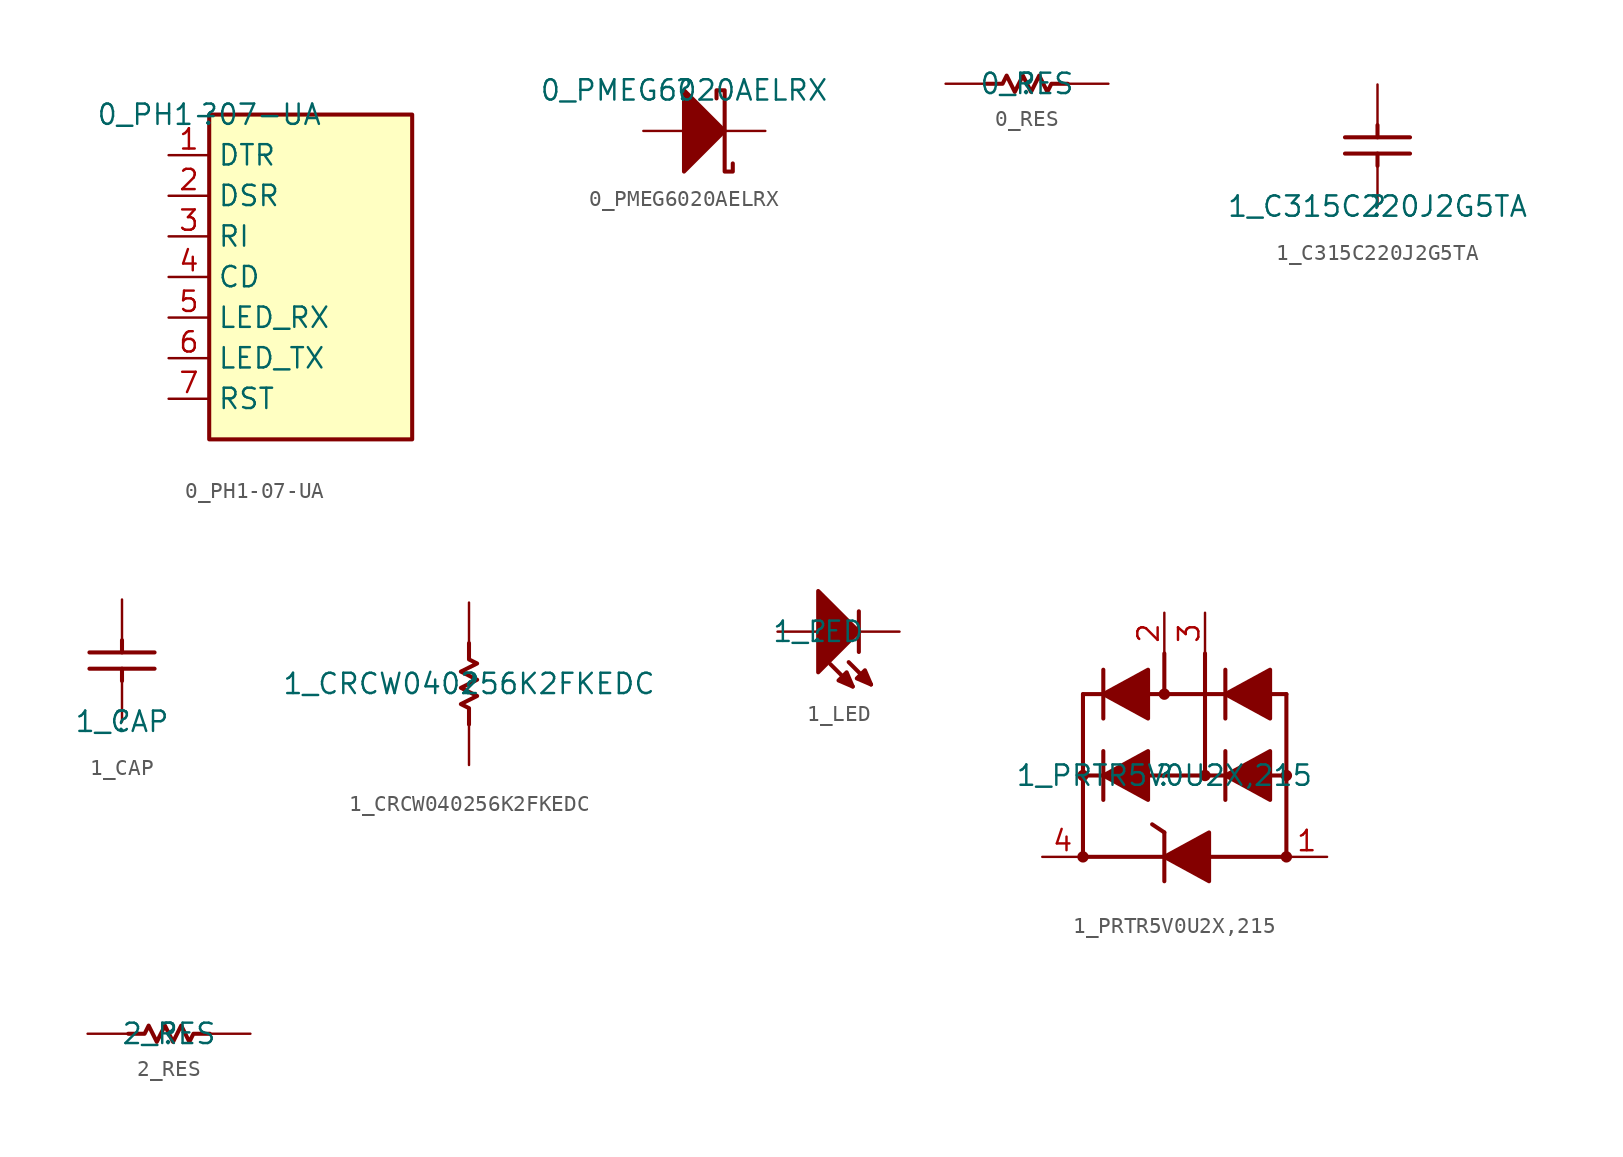
<source format=kicad_sym>
(kicad_symbol_lib
  (version 20211014)
  (generator kicad_symbol_editor)
  (symbol "0_PH1-07-UA"
    (property "Reference" ""
      (at 0 0 0)
      (effects (font (size 1.27 1.27))))
    (property "Value" "0_PH1-07-UA"
      (at 0 0 0)
      (effects (font (size 1.27 1.27))))
    (symbol "0_PH1-07-UA_1_0"
      (rectangle (start 12.7 0) (end 0 -20.32) (stroke (width 0.254) (type default) (color 0 0 0 0)) (fill (type background)))
      (pin passive line (at -2.54 -2.54 0) (length 2.54) (name "DTR" (effects (font (size 1.27 1.27)))) (number "1" (effects (font (size 1.27 1.27)))))
      (pin passive line (at -2.54 -5.08 0) (length 2.54) (name "DSR" (effects (font (size 1.27 1.27)))) (number "2" (effects (font (size 1.27 1.27)))))
      (pin passive line (at -2.54 -7.62 0) (length 2.54) (name "RI" (effects (font (size 1.27 1.27)))) (number "3" (effects (font (size 1.27 1.27)))))
      (pin passive line (at -2.54 -10.16 0) (length 2.54) (name "CD" (effects (font (size 1.27 1.27)))) (number "4" (effects (font (size 1.27 1.27)))))
      (pin passive line (at -2.54 -12.7 0) (length 2.54) (name "LED_RX" (effects (font (size 1.27 1.27)))) (number "5" (effects (font (size 1.27 1.27)))))
      (pin passive line (at -2.54 -15.24 0) (length 2.54) (name "LED_TX" (effects (font (size 1.27 1.27)))) (number "6" (effects (font (size 1.27 1.27)))))
      (pin passive line (at -2.54 -17.78 0) (length 2.54) (name "RST" (effects (font (size 1.27 1.27)))) (number "7" (effects (font (size 1.27 1.27)))))))
  (symbol "0_PMEG6020AELRX"
    (property "Reference" ""
      (at 0 0 0)
      (effects (font (size 1.27 1.27))))
    (property "Value" "0_PMEG6020AELRX"
      (at 0 0 0)
      (effects (font (size 1.27 1.27))))
    (symbol "0_PMEG6020AELRX_1_0"
      (polyline (pts (xy 0 -5.08) (xy 2.54 -2.54) (xy 0 0) (xy 0 -5.08)) (stroke (width 0.254) (type default) (color 0 0 0 0)) (fill (type outline)))
      (polyline (pts (xy 3.048 -4.572) (xy 3.048 -5.08) (xy 2.54 -5.08) (xy 2.54 0) (xy 2.032 0) (xy 2.032 -0.508)) (stroke (width 0.254) (type default) (color 0 0 0 0)) (fill (type none)))
      (pin passive line (at -2.54 -2.54 0) (length 2.54) (name "A" (effects (font (size 0 0)))) (number "A" (effects (font (size 0 0)))))
      (pin passive line (at 5.08 -2.54 180) (length 2.54) (name "C" (effects (font (size 0 0)))) (number "C" (effects (font (size 0 0)))))))
  (symbol "0_RES"
    (property "Reference" ""
      (at 0 0 0)
      (effects (font (size 1.27 1.27))))
    (property "Value" "0_RES"
      (at 0 0 0)
      (effects (font (size 1.27 1.27))))
    (symbol "0_RES_1_0"
      (polyline (pts (xy 2.54 0) (xy 1.524 0) (xy 1.27 -0.508) (xy 0.762 0.508) (xy 0.254 -0.508) (xy -0.254 0.508) (xy -0.762 -0.508) (xy -1.27 0.508) (xy -1.524 0) (xy -2.54 0)) (stroke (width 0.254) (type default) (color 0 0 0 0)) (fill (type none)))
      (pin passive line (at -5.08 0 0) (length 2.54) (name "1" (effects (font (size 0 0)))) (number "1" (effects (font (size 0 0)))))
      (pin passive line (at 5.08 0 180) (length 2.54) (name "2" (effects (font (size 0 0)))) (number "2" (effects (font (size 0 0)))))))
  (symbol "1_C315C220J2G5TA"
    (property "Reference" ""
      (at 0 0 0)
      (effects (font (size 1.27 1.27))))
    (property "Value" "1_C315C220J2G5TA"
      (at 0 0 0)
      (effects (font (size 1.27 1.27))))
    (symbol "1_C315C220J2G5TA_1_0"
      (polyline (pts (xy -2.032 4.318) (xy 2.032 4.318)) (stroke (width 0.254) (type default) (color 0 0 0 0)) (fill (type none)))
      (polyline (pts (xy 0 2.54) (xy 0 3.302)) (stroke (width 0.254) (type default) (color 0 0 0 0)) (fill (type none)))
      (polyline (pts (xy 0 5.08) (xy 0 4.318)) (stroke (width 0.254) (type default) (color 0 0 0 0)) (fill (type none)))
      (polyline (pts (xy 2.032 3.302) (xy -2.032 3.302)) (stroke (width 0.254) (type default) (color 0 0 0 0)) (fill (type none)))
      (pin passive line (at 0 0 90) (length 2.54) (name "1" (effects (font (size 0 0)))) (number "1" (effects (font (size 0 0)))))
      (pin passive line (at 0 7.62 270) (length 2.54) (name "2" (effects (font (size 0 0)))) (number "2" (effects (font (size 0 0)))))))
  (symbol "1_CAP"
    (property "Reference" ""
      (at 0 0 0)
      (effects (font (size 1.27 1.27))))
    (property "Value" "1_CAP"
      (at 0 0 0)
      (effects (font (size 1.27 1.27))))
    (symbol "1_CAP_1_0"
      (polyline (pts (xy -2.032 4.318) (xy 2.032 4.318)) (stroke (width 0.254) (type default) (color 0 0 0 0)) (fill (type none)))
      (polyline (pts (xy 0 2.54) (xy 0 3.302)) (stroke (width 0.254) (type default) (color 0 0 0 0)) (fill (type none)))
      (polyline (pts (xy 0 5.08) (xy 0 4.318)) (stroke (width 0.254) (type default) (color 0 0 0 0)) (fill (type none)))
      (polyline (pts (xy 2.032 3.302) (xy -2.032 3.302)) (stroke (width 0.254) (type default) (color 0 0 0 0)) (fill (type none)))
      (pin passive line (at 0 0 90) (length 2.54) (name "1" (effects (font (size 0 0)))) (number "1" (effects (font (size 0 0)))))
      (pin passive line (at 0 7.62 270) (length 2.54) (name "2" (effects (font (size 0 0)))) (number "2" (effects (font (size 0 0)))))))
  (symbol "1_CRCW040256K2FKEDC"
    (property "Reference" ""
      (at 0 0 0)
      (effects (font (size 1.27 1.27))))
    (property "Value" "1_CRCW040256K2FKEDC"
      (at 0 0 0)
      (effects (font (size 1.27 1.27))))
    (symbol "1_CRCW040256K2FKEDC_1_0"
      (polyline (pts (xy 0 2.54) (xy 0 1.524) (xy 0.508 1.27) (xy -0.508 0.762) (xy 0.508 0.254) (xy -0.508 -0.254) (xy 0.508 -0.762) (xy -0.508 -1.27) (xy 0 -1.524) (xy 0 -2.54)) (stroke (width 0.254) (type default) (color 0 0 0 0)) (fill (type none)))
      (pin passive line (at 0 -5.08 90) (length 2.54) (name "1" (effects (font (size 0 0)))) (number "1" (effects (font (size 0 0)))))
      (pin passive line (at 0 5.08 270) (length 2.54) (name "2" (effects (font (size 0 0)))) (number "2" (effects (font (size 0 0)))))))
  (symbol "1_LED"
    (property "Reference" ""
      (at 0 0 0)
      (effects (font (size 1.27 1.27))))
    (property "Value" "1_LED"
      (at 0 0 0)
      (effects (font (size 1.27 1.27))))
    (symbol "1_LED_1_0"
      (polyline (pts (xy 2.159 -3.429) (xy 0.762 -2.032)) (stroke (width 0.254) (type default) (color 0 0 0 0)) (fill (type none)))
      (polyline (pts (xy 2.54 -1.27) (xy 2.54 0)) (stroke (width 0.254) (type default) (color 0 0 0 0)) (fill (type none)))
      (polyline (pts (xy 2.54 0) (xy 2.54 1.27)) (stroke (width 0.254) (type default) (color 0 0 0 0)) (fill (type none)))
      (polyline (pts (xy 3.302 -3.302) (xy 1.905 -1.905)) (stroke (width 0.254) (type default) (color 0 0 0 0)) (fill (type none)))
      (polyline (pts (xy 0 -2.54) (xy 0 2.54) (xy 2.54 0) (xy 0 -2.54)) (stroke (width 0.254) (type default) (color 0 0 0 0)) (fill (type outline)))
      (polyline (pts (xy 2.159 -3.429) (xy 1.27 -3.048) (xy 1.778 -2.54) (xy 2.159 -3.429)) (stroke (width 0.254) (type default) (color 0 0 0 0)) (fill (type outline)))
      (polyline (pts (xy 3.302 -3.302) (xy 2.413 -2.921) (xy 2.921 -2.413) (xy 3.302 -3.302)) (stroke (width 0.254) (type default) (color 0 0 0 0)) (fill (type outline)))
      (pin passive line (at -2.54 0 0) (length 2.54) (name "A" (effects (font (size 0 0)))) (number "A" (effects (font (size 0 0)))))
      (pin passive line (at 5.08 0 180) (length 2.54) (name "C" (effects (font (size 0 0)))) (number "C" (effects (font (size 0 0)))))))
  (symbol "1_PRTR5V0U2X,215"
    (property "Reference" ""
      (at 0 0 0)
      (effects (font (size 1.27 1.27))))
    (property "Value" "1_PRTR5V0U2X,215"
      (at 0 0 0)
      (effects (font (size 1.27 1.27))))
    (symbol "1_PRTR5V0U2X,215_1_0"
      (circle (center -5.08 -5.08) (radius 0.102) (stroke (width 0.254) (type default) (color 0 0 0 0)) (fill (type none)))
      (circle (center -5.08 -5.08) (radius 0.178) (stroke (width 0.254) (type default) (color 0 0 0 0)) (fill (type none)))
      (circle (center -5.08 0) (radius 0.102) (stroke (width 0.254) (type default) (color 0 0 0 0)) (fill (type none)))
      (circle (center -5.08 0) (radius 0.178) (stroke (width 0.254) (type default) (color 0 0 0 0)) (fill (type none)))
      (polyline (pts (xy -5.08 0) (xy 7.62 0)) (stroke (width 0.254) (type default) (color 0 0 0 0)) (fill (type none)))
      (polyline (pts (xy -5.08 5.08) (xy -5.08 -5.08)) (stroke (width 0.254) (type default) (color 0 0 0 0)) (fill (type none)))
      (polyline (pts (xy -5.08 5.08) (xy 7.62 5.08)) (stroke (width 0.254) (type default) (color 0 0 0 0)) (fill (type none)))
      (polyline (pts (xy -3.81 1.524) (xy -3.81 -1.524)) (stroke (width 0.254) (type default) (color 0 0 0 0)) (fill (type none)))
      (polyline (pts (xy -3.81 6.604) (xy -3.81 3.556)) (stroke (width 0.254) (type default) (color 0 0 0 0)) (fill (type none)))
      (polyline (pts (xy 0 -3.556) (xy -0.762 -3.048)) (stroke (width 0.254) (type default) (color 0 0 0 0)) (fill (type none)))
      (polyline (pts (xy 0 -3.556) (xy 0 -6.604)) (stroke (width 0.254) (type default) (color 0 0 0 0)) (fill (type none)))
      (polyline (pts (xy 0 7.62) (xy 0 5.08)) (stroke (width 0.254) (type default) (color 0 0 0 0)) (fill (type none)))
      (polyline (pts (xy 2.54 7.62) (xy 2.54 0)) (stroke (width 0.254) (type default) (color 0 0 0 0)) (fill (type none)))
      (polyline (pts (xy 3.81 1.524) (xy 3.81 -1.524)) (stroke (width 0.254) (type default) (color 0 0 0 0)) (fill (type none)))
      (polyline (pts (xy 3.81 6.604) (xy 3.81 3.556)) (stroke (width 0.254) (type default) (color 0 0 0 0)) (fill (type none)))
      (polyline (pts (xy 7.62 -5.08) (xy -5.08 -5.08)) (stroke (width 0.254) (type default) (color 0 0 0 0)) (fill (type none)))
      (polyline (pts (xy 7.62 5.08) (xy 7.62 -5.08)) (stroke (width 0.254) (type default) (color 0 0 0 0)) (fill (type none)))
      (polyline (pts (xy -3.81 0) (xy -1.016 -1.524) (xy -1.016 1.524) (xy -3.81 0)) (stroke (width 0.254) (type default) (color 0 0 0 0)) (fill (type outline)))
      (polyline (pts (xy -3.81 5.08) (xy -1.016 3.556) (xy -1.016 6.604) (xy -3.81 5.08)) (stroke (width 0.254) (type default) (color 0 0 0 0)) (fill (type outline)))
      (polyline (pts (xy 0 -5.08) (xy 2.794 -6.604) (xy 2.794 -3.556) (xy 0 -5.08)) (stroke (width 0.254) (type default) (color 0 0 0 0)) (fill (type outline)))
      (polyline (pts (xy 3.81 0) (xy 6.604 -1.524) (xy 6.604 1.524) (xy 3.81 0)) (stroke (width 0.254) (type default) (color 0 0 0 0)) (fill (type outline)))
      (polyline (pts (xy 3.81 5.08) (xy 6.604 3.556) (xy 6.604 6.604) (xy 3.81 5.08)) (stroke (width 0.254) (type default) (color 0 0 0 0)) (fill (type outline)))
      (circle (center 0 5.08) (radius 0.102) (stroke (width 0.254) (type default) (color 0 0 0 0)) (fill (type none)))
      (circle (center 0 5.08) (radius 0.178) (stroke (width 0.254) (type default) (color 0 0 0 0)) (fill (type none)))
      (circle (center 2.54 0) (radius 0.102) (stroke (width 0.254) (type default) (color 0 0 0 0)) (fill (type none)))
      (circle (center 2.54 0) (radius 0.178) (stroke (width 0.254) (type default) (color 0 0 0 0)) (fill (type none)))
      (circle (center 7.62 -5.08) (radius 0.102) (stroke (width 0.254) (type default) (color 0 0 0 0)) (fill (type none)))
      (circle (center 7.62 -5.08) (radius 0.178) (stroke (width 0.254) (type default) (color 0 0 0 0)) (fill (type none)))
      (circle (center 7.62 0) (radius 0.102) (stroke (width 0.254) (type default) (color 0 0 0 0)) (fill (type none)))
      (circle (center 7.62 0) (radius 0.178) (stroke (width 0.254) (type default) (color 0 0 0 0)) (fill (type none)))
      (pin passive line (at 10.16 -5.08 180) (length 2.54) (name "1" (effects (font (size 0 0)))) (number "1" (effects (font (size 1.27 1.27)))))
      (pin passive line (at 0 10.16 270) (length 2.54) (name "2" (effects (font (size 0 0)))) (number "2" (effects (font (size 1.27 1.27)))))
      (pin passive line (at 2.54 10.16 270) (length 2.54) (name "3" (effects (font (size 0 0)))) (number "3" (effects (font (size 1.27 1.27)))))
      (pin passive line (at -7.62 -5.08 0) (length 2.54) (name "4" (effects (font (size 0 0)))) (number "4" (effects (font (size 1.27 1.27)))))))
  (symbol "2_RES"
    (property "Reference" ""
      (at 0 0 0)
      (effects (font (size 1.27 1.27))))
    (property "Value" "2_RES"
      (at 0 0 0)
      (effects (font (size 1.27 1.27))))
    (symbol "2_RES_1_0"
      (polyline (pts (xy -2.54 0) (xy -1.524 0) (xy -1.27 0.508) (xy -0.762 -0.508) (xy -0.254 0.508) (xy 0.254 -0.508) (xy 0.762 0.508) (xy 1.27 -0.508) (xy 1.524 0) (xy 2.54 0)) (stroke (width 0.254) (type default) (color 0 0 0 0)) (fill (type none)))
      (pin passive line (at 5.08 0 180) (length 2.54) (name "1" (effects (font (size 0 0)))) (number "1" (effects (font (size 0 0)))))
      (pin passive line (at -5.08 0 0) (length 2.54) (name "2" (effects (font (size 0 0)))) (number "2" (effects (font (size 0 0))))))))
</source>
